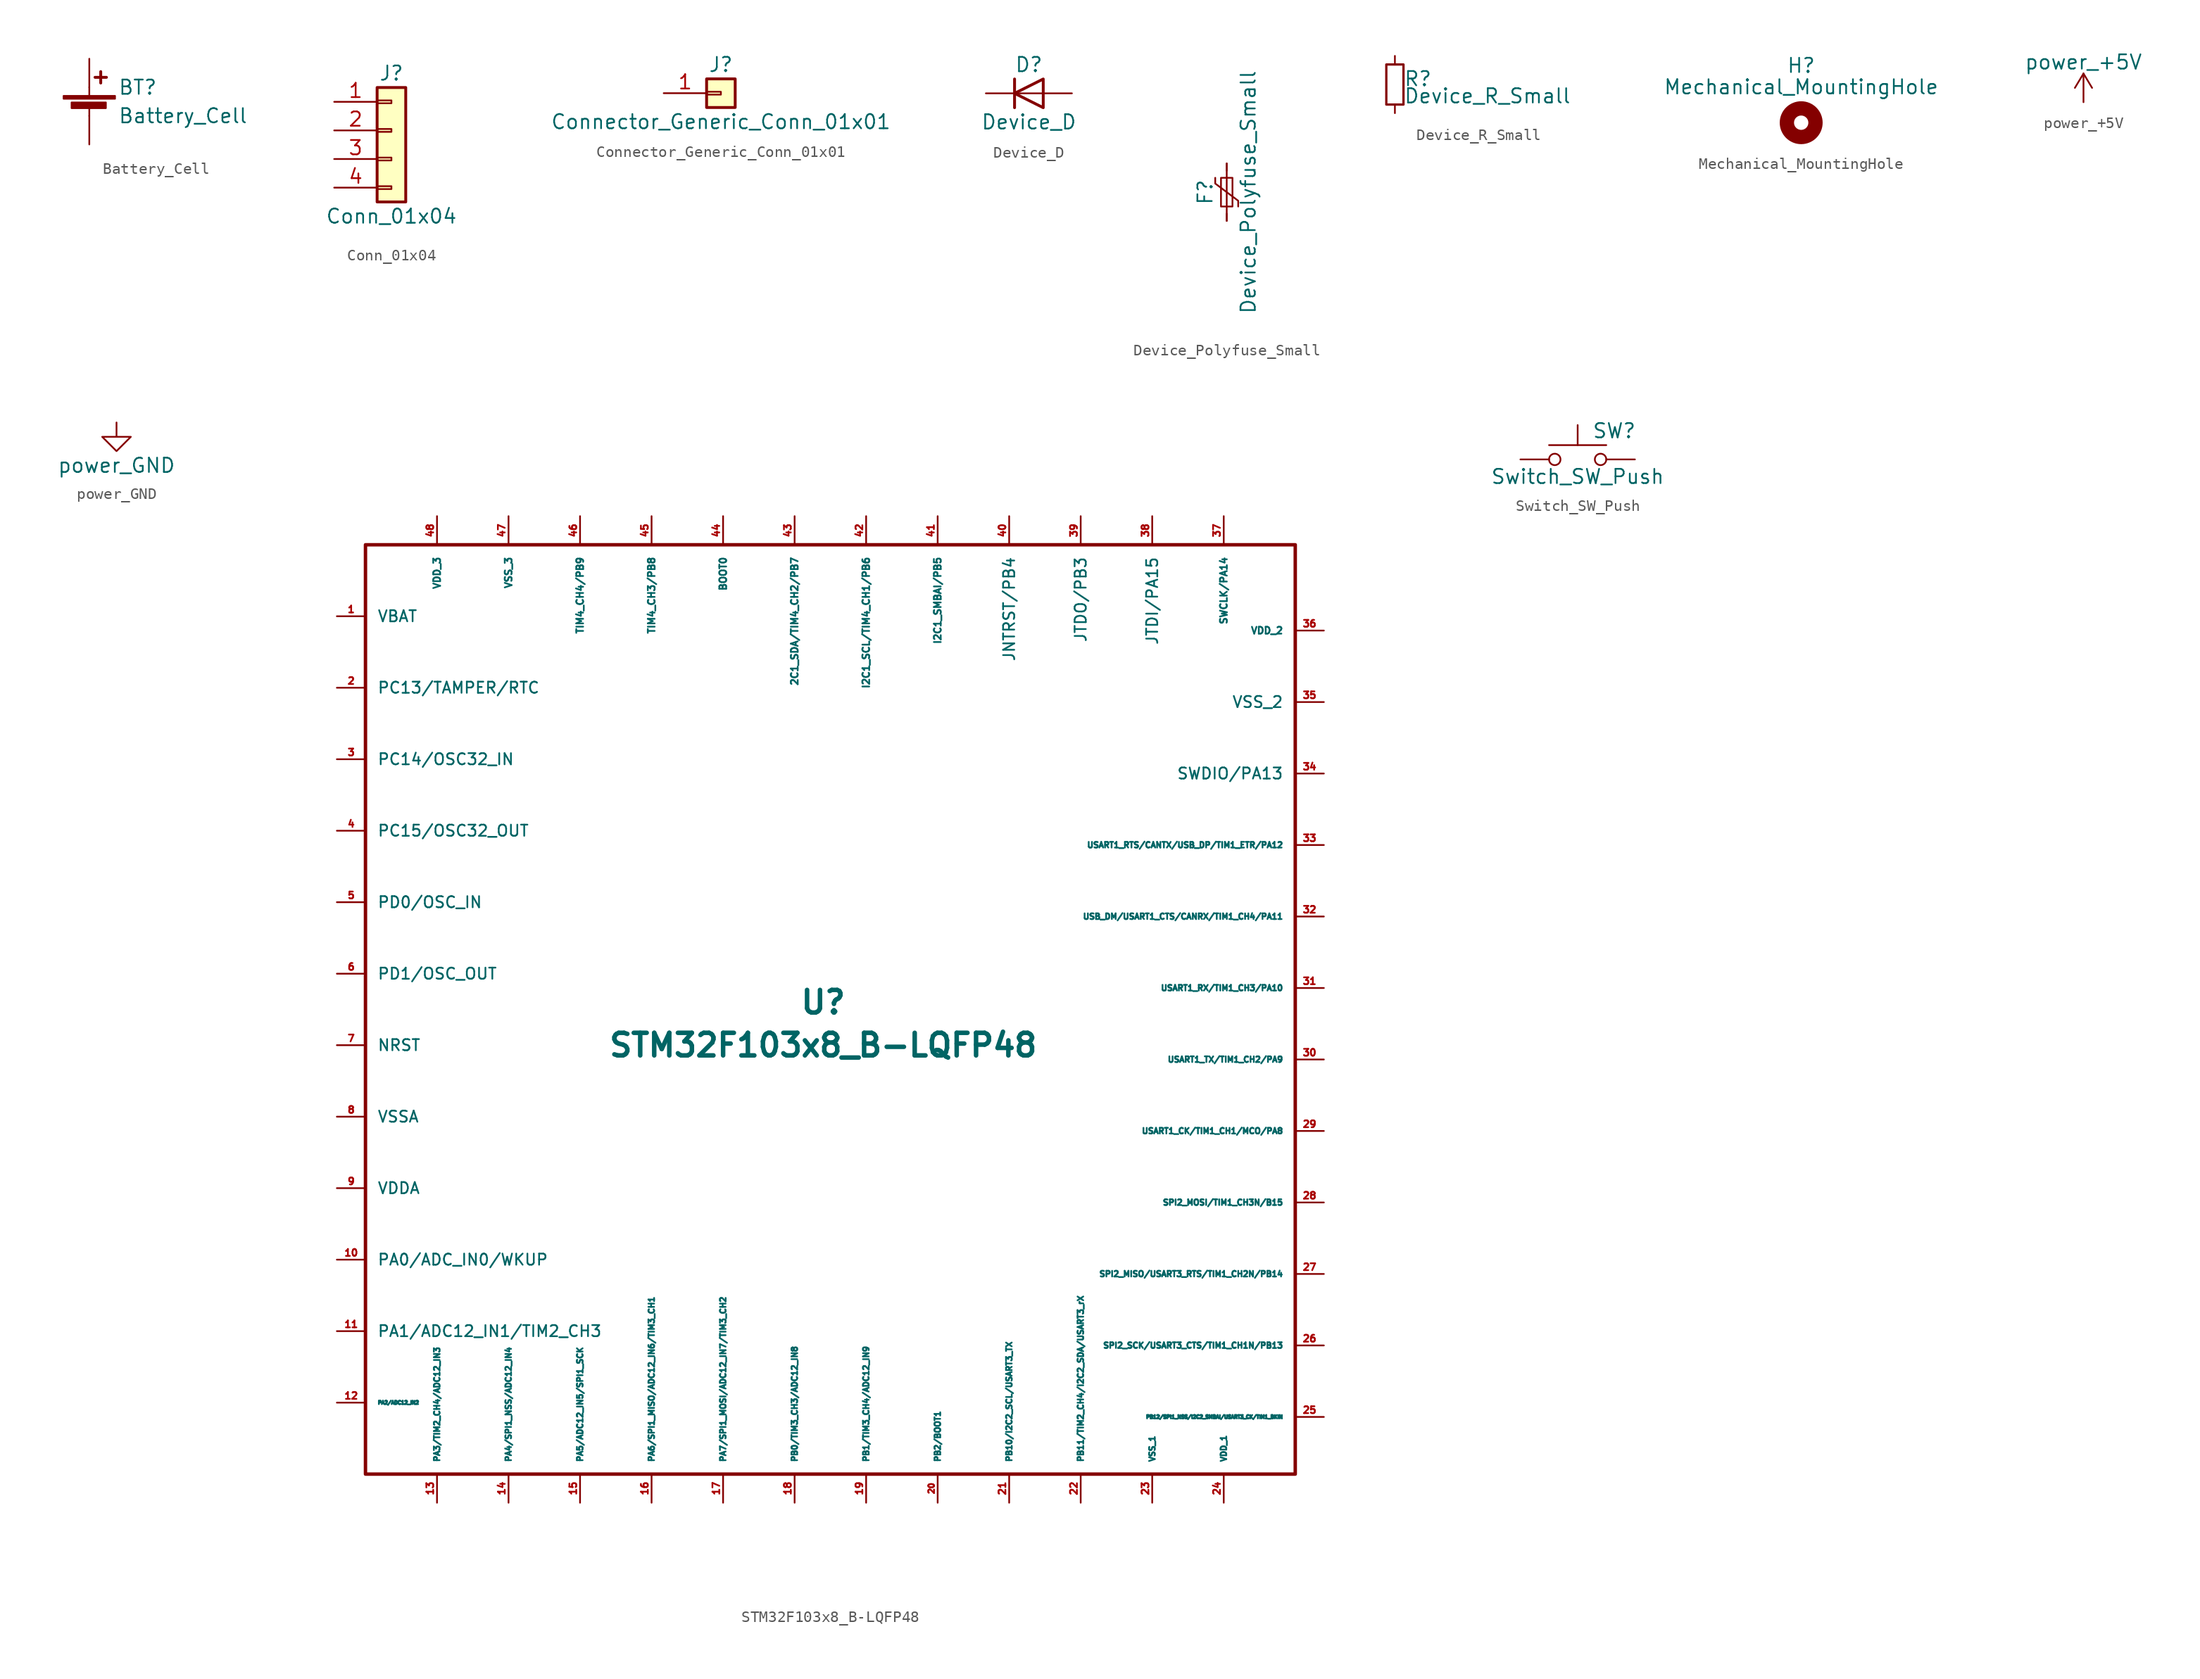
<source format=kicad_sym>
(kicad_symbol_lib
  (version 20201005)
  (generator kicad_symbol_editor)
  (symbol "arisutea-stm32:Battery_Cell"
    (pin_numbers hide)
    (pin_names
      (offset 0) hide)
    (property "Reference" "BT"
      (at 2.54 2.54 0)
      (effects (font (size 1.27 1.27)) (justify left)))
    (property "Value" "Battery_Cell"
      (at 2.54 0 0)
      (effects (font (size 1.27 1.27)) (justify left)))
    (symbol "Battery_Cell_0_1"
      (rectangle (start -2.286 1.778) (end 2.286 1.524) (stroke (width 0)) (fill (type outline)))
      (rectangle (start -1.575 1.194) (end 1.473 0.686) (stroke (width 0)) (fill (type outline)))
      (polyline (pts (xy 0 0.762) (xy 0 0)) (stroke (width 0)) (fill (type none)))
      (polyline (pts (xy 0 1.778) (xy 0 2.54)) (stroke (width 0)) (fill (type none)))
      (polyline (pts (xy 0.508 3.429) (xy 1.524 3.429)) (stroke (width 0.254)) (fill (type none)))
      (polyline (pts (xy 1.016 3.937) (xy 1.016 2.921)) (stroke (width 0.254)) (fill (type none))))
    (symbol "Battery_Cell_1_1"
      (pin passive line (at 0 5.08 270) (length 2.54) (name "+" (effects (font (size 1.27 1.27)))) (number "1" (effects (font (size 1.27 1.27)))))
      (pin passive line (at 0 -2.54 90) (length 2.54) (name "-" (effects (font (size 1.27 1.27)))) (number "2" (effects (font (size 1.27 1.27)))))))
  (symbol "arisutea-stm32:Conn_01x04"
    (pin_names
      (offset 1.016) hide)
    (property "Reference" "J"
      (at 0 5.08 0)
      (effects (font (size 1.27 1.27))))
    (property "Value" "Conn_01x04"
      (at 0 -7.62 0)
      (effects (font (size 1.27 1.27))))
    (symbol "Conn_01x04_1_1"
      (rectangle (start -1.27 -4.953) (end 0 -5.207) (stroke (width 0.152)) (fill (type none)))
      (rectangle (start -1.27 -2.413) (end 0 -2.667) (stroke (width 0.152)) (fill (type none)))
      (rectangle (start -1.27 0.127) (end 0 -0.127) (stroke (width 0.152)) (fill (type none)))
      (rectangle (start -1.27 2.667) (end 0 2.413) (stroke (width 0.152)) (fill (type none)))
      (rectangle (start -1.27 3.81) (end 1.27 -6.35) (stroke (width 0.254)) (fill (type background)))
      (pin passive line (at -5.08 2.54 0) (length 3.81) (name "Pin_1" (effects (font (size 1.27 1.27)))) (number "1" (effects (font (size 1.27 1.27)))))
      (pin passive line (at -5.08 0 0) (length 3.81) (name "Pin_2" (effects (font (size 1.27 1.27)))) (number "2" (effects (font (size 1.27 1.27)))))
      (pin passive line (at -5.08 -2.54 0) (length 3.81) (name "Pin_3" (effects (font (size 1.27 1.27)))) (number "3" (effects (font (size 1.27 1.27)))))
      (pin passive line (at -5.08 -5.08 0) (length 3.81) (name "Pin_4" (effects (font (size 1.27 1.27)))) (number "4" (effects (font (size 1.27 1.27)))))))
  (symbol "arisutea-stm32:Connector_Generic_Conn_01x01"
    (pin_names
      (offset 1.016) hide)
    (property "Reference" "J"
      (at 0 2.54 0)
      (effects (font (size 1.27 1.27))))
    (property "Value" "Connector_Generic_Conn_01x01"
      (at 0 -2.54 0)
      (effects (font (size 1.27 1.27))))
    (symbol "Connector_Generic_Conn_01x01_1_1"
      (rectangle (start -1.27 0.127) (end 0 -0.127) (stroke (width 0.152)) (fill (type none)))
      (rectangle (start -1.27 1.27) (end 1.27 -1.27) (stroke (width 0.254)) (fill (type background)))
      (pin passive line (at -5.08 0 0) (length 3.81) (name "Pin_1" (effects (font (size 1.27 1.27)))) (number "1" (effects (font (size 1.27 1.27)))))))
  (symbol "arisutea-stm32:Device_D"
    (pin_numbers hide)
    (pin_names
      (offset 1.016) hide)
    (property "Reference" "D"
      (at 0 2.54 0)
      (effects (font (size 1.27 1.27))))
    (property "Value" "Device_D"
      (at 0 -2.54 0)
      (effects (font (size 1.27 1.27))))
    (symbol "Device_D_0_1"
      (polyline (pts (xy -1.27 1.27) (xy -1.27 -1.27)) (stroke (width 0.254)) (fill (type none)))
      (polyline (pts (xy 1.27 0) (xy -1.27 0)) (stroke (width 0)) (fill (type none)))
      (polyline (pts (xy 1.27 1.27) (xy 1.27 -1.27) (xy -1.27 0) (xy 1.27 1.27)) (stroke (width 0.254)) (fill (type none))))
    (symbol "Device_D_1_1"
      (pin passive line (at -3.81 0 0) (length 2.54) (name "K" (effects (font (size 1.27 1.27)))) (number "1" (effects (font (size 1.27 1.27)))))
      (pin passive line (at 3.81 0 180) (length 2.54) (name "A" (effects (font (size 1.27 1.27)))) (number "2" (effects (font (size 1.27 1.27)))))))
  (symbol "arisutea-stm32:Device_Polyfuse_Small"
    (pin_numbers hide)
    (pin_names
      (offset 0))
    (property "Reference" "F"
      (at -1.905 0 90)
      (effects (font (size 1.27 1.27))))
    (property "Value" "Device_Polyfuse_Small"
      (at 1.905 0 90)
      (effects (font (size 1.27 1.27))))
    (symbol "Device_Polyfuse_Small_0_1"
      (rectangle (start -0.508 1.27) (end 0.508 -1.27) (stroke (width 0)) (fill (type none)))
      (polyline (pts (xy 0 2.54) (xy 0 -2.54)) (stroke (width 0)) (fill (type none)))
      (polyline (pts (xy -1.016 1.27) (xy -1.016 0.762) (xy 1.016 -0.762) (xy 1.016 -1.27)) (stroke (width 0)) (fill (type none))))
    (symbol "Device_Polyfuse_Small_1_1"
      (pin passive line (at 0 2.54 270) (length 0.635) (name "~" (effects (font (size 1.27 1.27)))) (number "1" (effects (font (size 1.27 1.27)))))
      (pin passive line (at 0 -2.54 90) (length 0.635) (name "~" (effects (font (size 1.27 1.27)))) (number "2" (effects (font (size 1.27 1.27)))))))
  (symbol "arisutea-stm32:Device_R_Small"
    (pin_numbers hide)
    (pin_names
      (offset 0.254) hide)
    (property "Reference" "R"
      (at 0.762 0.508 0)
      (effects (font (size 1.27 1.27)) (justify left)))
    (property "Value" "Device_R_Small"
      (at 0.762 -1.016 0)
      (effects (font (size 1.27 1.27)) (justify left)))
    (symbol "Device_R_Small_0_1"
      (rectangle (start -0.762 1.778) (end 0.762 -1.778) (stroke (width 0.203)) (fill (type none))))
    (symbol "Device_R_Small_1_1"
      (pin passive line (at 0 2.54 270) (length 0.762) (name "~" (effects (font (size 1.27 1.27)))) (number "1" (effects (font (size 1.27 1.27)))))
      (pin passive line (at 0 -2.54 90) (length 0.762) (name "~" (effects (font (size 1.27 1.27)))) (number "2" (effects (font (size 1.27 1.27)))))))
  (symbol "arisutea-stm32:Mechanical_MountingHole"
    (pin_names
      (offset 1.016))
    (property "Reference" "H"
      (at 0 5.08 0)
      (effects (font (size 1.27 1.27))))
    (property "Value" "Mechanical_MountingHole"
      (at 0 3.175 0)
      (effects (font (size 1.27 1.27))))
    (symbol "Mechanical_MountingHole_0_1"
      (circle (center 0 0) (radius 1.27) (stroke (width 1.27)) (fill (type none)))))
  (symbol "arisutea-stm32:power_+5V"
    (power)
    (pin_names
      (offset 0))
    (property "Reference" "#PWR"
      (at 0 -3.81 0)
      (effects (font (size 1.27 1.27)) hide))
    (property "Value" "power_+5V"
      (at 0 3.556 0)
      (effects (font (size 1.27 1.27))))
    (symbol "power_+5V_0_1"
      (polyline (pts (xy -0.762 1.27) (xy 0 2.54)) (stroke (width 0)) (fill (type none)))
      (polyline (pts (xy 0 0) (xy 0 2.54)) (stroke (width 0)) (fill (type none)))
      (polyline (pts (xy 0 2.54) (xy 0.762 1.27)) (stroke (width 0)) (fill (type none))))
    (symbol "power_+5V_1_1"
      (pin power_in line (at 0 0 90) (length 0) hide (name "+5V" (effects (font (size 1.27 1.27)))) (number "1" (effects (font (size 1.27 1.27)))))))
  (symbol "arisutea-stm32:power_GND"
    (power)
    (pin_names
      (offset 0))
    (property "Reference" "#PWR"
      (at 0 -6.35 0)
      (effects (font (size 1.27 1.27)) hide))
    (property "Value" "power_GND"
      (at 0 -3.81 0)
      (effects (font (size 1.27 1.27))))
    (symbol "power_GND_0_1"
      (polyline (pts (xy 0 0) (xy 0 -1.27) (xy 1.27 -1.27) (xy 0 -2.54) (xy -1.27 -1.27) (xy 0 -1.27)) (stroke (width 0)) (fill (type none))))
    (symbol "power_GND_1_1"
      (pin power_in line (at 0 0 270) (length 0) hide (name "GND" (effects (font (size 1.27 1.27)))) (number "1" (effects (font (size 1.27 1.27)))))))
  (symbol "arisutea-stm32:STM32F103x8_B-LQFP48"
    (pin_names
      (offset 1.016))
    (property "Reference" "U"
      (at 0 1.27 0)
      (effects (font (size 2.007 2.007) bold)))
    (property "Value" "STM32F103x8_B-LQFP48"
      (at 0 -2.54 0)
      (effects (font (size 2.007 2.007) bold)))
    (symbol "STM32F103x8_B-LQFP48_0_1"
      (rectangle (start 41.91 41.91) (end -40.64 -40.64) (stroke (width 0.305)) (fill (type none))))
    (symbol "STM32F103x8_B-LQFP48_1_1"
      (pin power_in line (at -43.18 35.56 0) (length 2.54) (name "VBAT" (effects (font (size 0.991 0.991)))) (number "1" (effects (font (size 0.61 0.61)))))
      (pin bidirectional line (at -43.18 -21.59 0) (length 2.54) (name "PA0/ADC_IN0/WKUP" (effects (font (size 0.991 0.991)))) (number "10" (effects (font (size 0.61 0.61)))))
      (pin bidirectional line (at -43.18 -27.94 0) (length 2.54) (name "PA1/ADC12_IN1/TIM2_CH3" (effects (font (size 0.991 0.991)))) (number "11" (effects (font (size 0.61 0.61)))))
      (pin bidirectional line (at -43.18 -34.29 0) (length 2.54) (name "PA2/ADC12_IN2" (effects (font (size 0.305 0.305)))) (number "12" (effects (font (size 0.61 0.61)))))
      (pin bidirectional line (at -34.29 -43.18 90) (length 2.54) (name "PA3/TIM2_CH4/ADC12_IN3" (effects (font (size 0.508 0.508)))) (number "13" (effects (font (size 0.61 0.61)))))
      (pin bidirectional line (at -27.94 -43.18 90) (length 2.54) (name "PA4/SPI1_NSS/ADC12_IN4" (effects (font (size 0.508 0.508)))) (number "14" (effects (font (size 0.61 0.61)))))
      (pin bidirectional line (at -21.59 -43.18 90) (length 2.54) (name "PA5/ADC12_IN5/SPI1_SCK" (effects (font (size 0.508 0.508)))) (number "15" (effects (font (size 0.61 0.61)))))
      (pin bidirectional line (at -15.24 -43.18 90) (length 2.54) (name "PA6/SPI1_MISO/ADC12_IN6/TIM3_CH1" (effects (font (size 0.508 0.508)))) (number "16" (effects (font (size 0.61 0.61)))))
      (pin bidirectional line (at -8.89 -43.18 90) (length 2.54) (name "PA7/SPI1_MOSI/ADC12_IN7/TIM3_CH2" (effects (font (size 0.508 0.508)))) (number "17" (effects (font (size 0.61 0.61)))))
      (pin bidirectional line (at -2.54 -43.18 90) (length 2.54) (name "PB0/TIM3_CH3/ADC12_IN8" (effects (font (size 0.508 0.508)))) (number "18" (effects (font (size 0.61 0.61)))))
      (pin bidirectional line (at 3.81 -43.18 90) (length 2.54) (name "PB1/TIM3_CH4/ADC12_IN9" (effects (font (size 0.508 0.508)))) (number "19" (effects (font (size 0.61 0.61)))))
      (pin bidirectional line (at -43.18 29.21 0) (length 2.54) (name "PC13/TAMPER/RTC" (effects (font (size 0.991 0.991)))) (number "2" (effects (font (size 0.61 0.61)))))
      (pin bidirectional line (at 10.16 -43.18 90) (length 2.54) (name "PB2/BOOT1" (effects (font (size 0.508 0.508)))) (number "20" (effects (font (size 0.508 0.508)))))
      (pin bidirectional line (at 16.51 -43.18 90) (length 2.54) (name "PB10/I2C2_SCL/USART3_TX" (effects (font (size 0.508 0.508)))) (number "21" (effects (font (size 0.61 0.61)))))
      (pin bidirectional line (at 22.86 -43.18 90) (length 2.54) (name "PB11/TIM2_CH4/I2C2_SDA/USART3_rX" (effects (font (size 0.508 0.508)))) (number "22" (effects (font (size 0.61 0.61)))))
      (pin power_in line (at 29.21 -43.18 90) (length 2.54) (name "VSS_1" (effects (font (size 0.508 0.508)))) (number "23" (effects (font (size 0.61 0.61)))))
      (pin power_in line (at 35.56 -43.18 90) (length 2.54) (name "VDD_1" (effects (font (size 0.508 0.508)))) (number "24" (effects (font (size 0.61 0.61)))))
      (pin bidirectional line (at 44.45 -35.56 180) (length 2.54) (name "PB12/SPI1_NSS/I2C2_SMBAI/USART3_CK/TIM1_BKIN" (effects (font (size 0.305 0.305)))) (number "25" (effects (font (size 0.61 0.61)))))
      (pin bidirectional line (at 44.45 -29.21 180) (length 2.54) (name "SPI2_SCK/USART3_CTS/TIM1_CH1N/PB13" (effects (font (size 0.508 0.508)))) (number "26" (effects (font (size 0.61 0.61)))))
      (pin bidirectional line (at 44.45 -22.86 180) (length 2.54) (name "SPI2_MISO/USART3_RTS/TIM1_CH2N/PB14" (effects (font (size 0.508 0.508)))) (number "27" (effects (font (size 0.61 0.61)))))
      (pin bidirectional line (at 44.45 -16.51 180) (length 2.54) (name "SPI2_MOSI/TIM1_CH3N/B15" (effects (font (size 0.508 0.508)))) (number "28" (effects (font (size 0.61 0.61)))))
      (pin bidirectional line (at 44.45 -10.16 180) (length 2.54) (name "USART1_CK/TIM1_CH1/MCO/PA8" (effects (font (size 0.508 0.508)))) (number "29" (effects (font (size 0.61 0.61)))))
      (pin bidirectional line (at -43.18 22.86 0) (length 2.54) (name "PC14/OSC32_IN" (effects (font (size 0.991 0.991)))) (number "3" (effects (font (size 0.61 0.61)))))
      (pin bidirectional line (at 44.45 -3.81 180) (length 2.54) (name "USART1_TX/TIM1_CH2/PA9" (effects (font (size 0.508 0.508)))) (number "30" (effects (font (size 0.61 0.61)))))
      (pin bidirectional line (at 44.45 2.54 180) (length 2.54) (name "USART1_RX/TIM1_CH3/PA10" (effects (font (size 0.508 0.508)))) (number "31" (effects (font (size 0.61 0.61)))))
      (pin bidirectional line (at 44.45 8.89 180) (length 2.54) (name "USB_DM/USART1_CTS/CANRX/TIM1_CH4/PA11" (effects (font (size 0.508 0.508)))) (number "32" (effects (font (size 0.61 0.61)))))
      (pin bidirectional line (at 44.45 15.24 180) (length 2.54) (name "USART1_RTS/CANTX/USB_DP/TIM1_ETR/PA12" (effects (font (size 0.508 0.508)))) (number "33" (effects (font (size 0.61 0.61)))))
      (pin bidirectional line (at 44.45 21.59 180) (length 2.54) (name "SWDIO/PA13" (effects (font (size 0.991 0.991)))) (number "34" (effects (font (size 0.61 0.61)))))
      (pin power_in line (at 44.45 27.94 180) (length 2.54) (name "VSS_2" (effects (font (size 0.991 0.991)))) (number "35" (effects (font (size 0.61 0.61)))))
      (pin power_in line (at 44.45 34.29 180) (length 2.54) (name "VDD_2" (effects (font (size 0.61 0.61)))) (number "36" (effects (font (size 0.61 0.61)))))
      (pin bidirectional line (at 35.56 44.45 270) (length 2.54) (name "SWCLK/PA14" (effects (font (size 0.61 0.61)))) (number "37" (effects (font (size 0.61 0.61)))))
      (pin bidirectional line (at 29.21 44.45 270) (length 2.54) (name "JTDI/PA15" (effects (font (size 0.991 0.991)))) (number "38" (effects (font (size 0.61 0.61)))))
      (pin bidirectional line (at 22.86 44.45 270) (length 2.54) (name "JTDO/PB3" (effects (font (size 0.991 0.991)))) (number "39" (effects (font (size 0.61 0.61)))))
      (pin bidirectional line (at -43.18 16.51 0) (length 2.54) (name "PC15/OSC32_OUT" (effects (font (size 0.991 0.991)))) (number "4" (effects (font (size 0.61 0.61)))))
      (pin bidirectional line (at 16.51 44.45 270) (length 2.54) (name "JNTRST/PB4" (effects (font (size 0.991 0.991)))) (number "40" (effects (font (size 0.61 0.61)))))
      (pin bidirectional line (at 10.16 44.45 270) (length 2.54) (name "I2C1_SMBAI/PB5" (effects (font (size 0.61 0.61)))) (number "41" (effects (font (size 0.61 0.61)))))
      (pin bidirectional line (at 3.81 44.45 270) (length 2.54) (name "I2C1_SCL/TIM4_CH1/PB6" (effects (font (size 0.61 0.61)))) (number "42" (effects (font (size 0.61 0.61)))))
      (pin bidirectional line (at -2.54 44.45 270) (length 2.54) (name "2C1_SDA/TIM4_CH2/PB7" (effects (font (size 0.61 0.61)))) (number "43" (effects (font (size 0.61 0.61)))))
      (pin output line (at -8.89 44.45 270) (length 2.54) (name "BOOT0" (effects (font (size 0.61 0.61)))) (number "44" (effects (font (size 0.61 0.61)))))
      (pin bidirectional line (at -15.24 44.45 270) (length 2.54) (name "TIM4_CH3/PB8" (effects (font (size 0.61 0.61)))) (number "45" (effects (font (size 0.61 0.61)))))
      (pin input line (at -21.59 44.45 270) (length 2.54) (name "TIM4_CH4/PB9" (effects (font (size 0.61 0.61)))) (number "46" (effects (font (size 0.61 0.61)))))
      (pin input line (at -27.94 44.45 270) (length 2.54) (name "VSS_3" (effects (font (size 0.61 0.61)))) (number "47" (effects (font (size 0.61 0.61)))))
      (pin input line (at -34.29 44.45 270) (length 2.54) (name "VDD_3" (effects (font (size 0.61 0.61)))) (number "48" (effects (font (size 0.61 0.61)))))
      (pin bidirectional line (at -43.18 10.16 0) (length 2.54) (name "PD0/OSC_IN" (effects (font (size 0.991 0.991)))) (number "5" (effects (font (size 0.61 0.61)))))
      (pin bidirectional line (at -43.18 3.81 0) (length 2.54) (name "PD1/OSC_OUT" (effects (font (size 0.991 0.991)))) (number "6" (effects (font (size 0.61 0.61)))))
      (pin input line (at -43.18 -2.54 0) (length 2.54) (name "NRST" (effects (font (size 0.991 0.991)))) (number "7" (effects (font (size 0.61 0.61)))))
      (pin power_in line (at -43.18 -8.89 0) (length 2.54) (name "VSSA" (effects (font (size 0.991 0.991)))) (number "8" (effects (font (size 0.61 0.61)))))
      (pin power_in line (at -43.18 -15.24 0) (length 2.54) (name "VDDA" (effects (font (size 0.991 0.991)))) (number "9" (effects (font (size 0.61 0.61)))))))
  (symbol "arisutea-stm32:Switch_SW_Push"
    (pin_numbers hide)
    (pin_names
      (offset 1.016) hide)
    (property "Reference" "SW"
      (at 1.27 2.54 0)
      (effects (font (size 1.27 1.27)) (justify left)))
    (property "Value" "Switch_SW_Push"
      (at 0 -1.524 0)
      (effects (font (size 1.27 1.27))))
    (symbol "Switch_SW_Push_0_1"
      (circle (center -2.032 0) (radius 0.508) (stroke (width 0)) (fill (type none)))
      (circle (center 2.032 0) (radius 0.508) (stroke (width 0)) (fill (type none)))
      (polyline (pts (xy 0 1.27) (xy 0 3.048)) (stroke (width 0)) (fill (type none)))
      (polyline (pts (xy 2.54 1.27) (xy -2.54 1.27)) (stroke (width 0)) (fill (type none)))
      (pin passive line (at -5.08 0 0) (length 2.54) (name "1" (effects (font (size 1.27 1.27)))) (number "1" (effects (font (size 1.27 1.27)))))
      (pin passive line (at 5.08 0 180) (length 2.54) (name "2" (effects (font (size 1.27 1.27)))) (number "2" (effects (font (size 1.27 1.27))))))))
</source>
